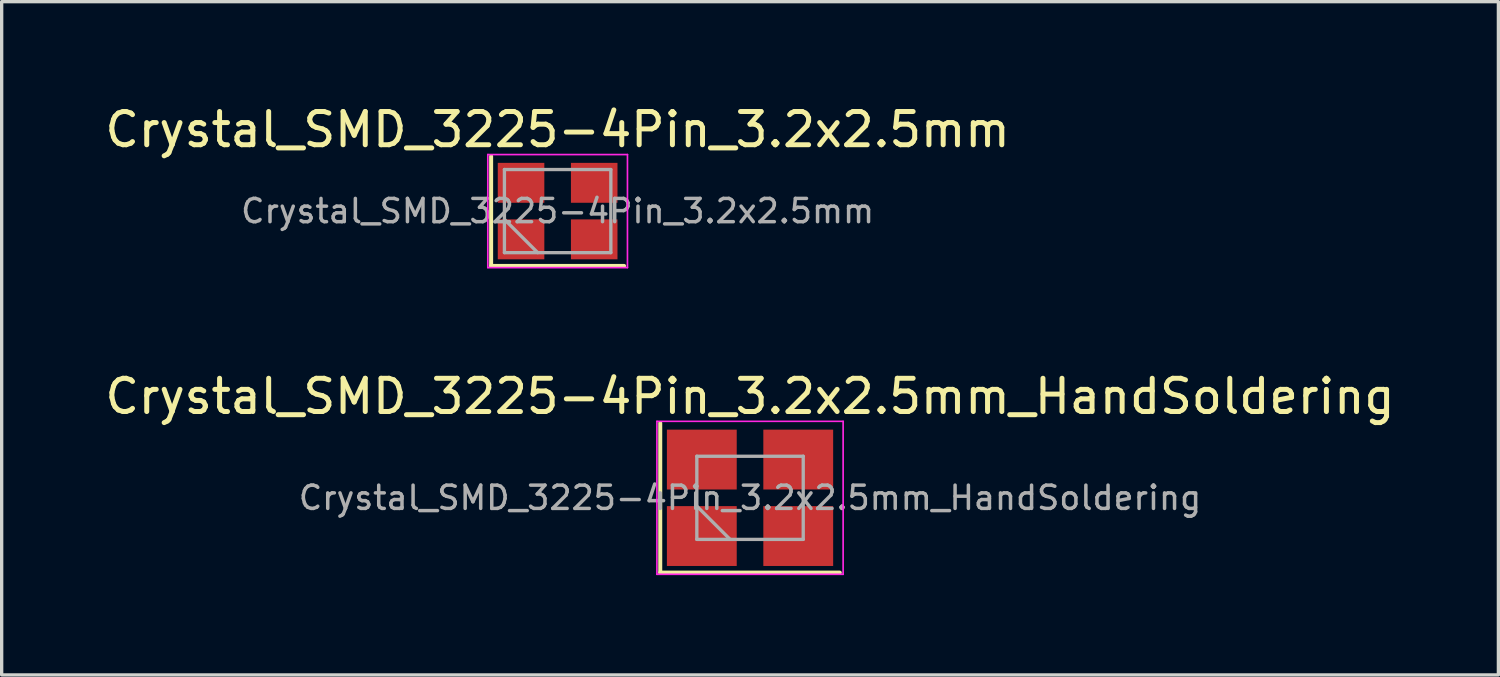
<source format=kicad_pcb>
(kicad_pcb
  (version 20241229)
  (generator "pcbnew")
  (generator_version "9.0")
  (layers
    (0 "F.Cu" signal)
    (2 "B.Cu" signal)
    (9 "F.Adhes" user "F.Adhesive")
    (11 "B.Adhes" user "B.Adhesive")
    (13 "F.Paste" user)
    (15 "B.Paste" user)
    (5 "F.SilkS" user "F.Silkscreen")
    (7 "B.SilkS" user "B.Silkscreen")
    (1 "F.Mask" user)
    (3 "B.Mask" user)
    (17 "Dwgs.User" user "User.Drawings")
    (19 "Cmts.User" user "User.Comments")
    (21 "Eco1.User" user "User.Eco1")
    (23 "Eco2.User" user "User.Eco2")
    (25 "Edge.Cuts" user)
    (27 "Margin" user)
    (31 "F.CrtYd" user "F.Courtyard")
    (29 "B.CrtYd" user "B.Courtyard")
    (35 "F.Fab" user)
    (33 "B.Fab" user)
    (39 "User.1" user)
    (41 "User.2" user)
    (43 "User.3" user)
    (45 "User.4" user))
  (footprint "Crystal_SMD_3225-4Pin_3.2x2.5mm_HandSoldering"
    (layer "F.Cu")
    (at 19.506 11.921)
    (property "Reference" "Crystal_SMD_3225-4Pin_3.2x2.5mm_HandSoldering" (at 0 -3.05 0) (layer "F.SilkS") (effects (font (size 1 1) (thickness 0.15))))
    (attr smd)
    (fp_line (start -2.7 -2.25) (end -2.7 2.25) (stroke (width 0.12) (type solid)) (layer "F.SilkS"))
    (fp_line (start -2.7 2.25) (end 2.7 2.25) (stroke (width 0.12) (type solid)) (layer "F.SilkS"))
    (fp_line (start -2.8 -2.3) (end -2.8 2.3) (stroke (width 0.05) (type solid)) (layer "F.CrtYd"))
    (fp_line (start -2.8 2.3) (end 2.8 2.3) (stroke (width 0.05) (type solid)) (layer "F.CrtYd"))
    (fp_line (start 2.8 -2.3) (end -2.8 -2.3) (stroke (width 0.05) (type solid)) (layer "F.CrtYd"))
    (fp_line (start 2.8 2.3) (end 2.8 -2.3) (stroke (width 0.05) (type solid)) (layer "F.CrtYd"))
    (fp_line (start -1.6 -1.25) (end -1.6 1.25) (stroke (width 0.1) (type solid)) (layer "F.Fab"))
    (fp_line (start -1.6 0.25) (end -0.6 1.25) (stroke (width 0.1) (type solid)) (layer "F.Fab"))
    (fp_line (start -1.6 1.25) (end 1.6 1.25) (stroke (width 0.1) (type solid)) (layer "F.Fab"))
    (fp_line (start 1.6 -1.25) (end -1.6 -1.25) (stroke (width 0.1) (type solid)) (layer "F.Fab"))
    (fp_line (start 1.6 1.25) (end 1.6 -1.25) (stroke (width 0.1) (type solid)) (layer "F.Fab"))
    (fp_text user "${REFERENCE}" (at 0 0 0) (layer "F.Fab") (effects (font (size 0.7 0.7) (thickness 0.105))))
    (pad "1" smd rect (at -1.45 1.15) (size 2.1 1.8) (layers "F.Cu" "F.Mask" "F.Paste"))
    (pad "2" smd rect (at 1.45 1.15) (size 2.1 1.8) (layers "F.Cu" "F.Mask" "F.Paste"))
    (pad "3" smd rect (at 1.45 -1.15) (size 2.1 1.8) (layers "F.Cu" "F.Mask" "F.Paste"))
    (pad "4" smd rect (at -1.45 -1.15) (size 2.1 1.8) (layers "F.Cu" "F.Mask" "F.Paste")))
  (footprint "Crystal_SMD_3225-4Pin_3.2x2.5mm"
    (layer "F.Cu")
    (at 13.72 3.298)
    (property "Reference" "Crystal_SMD_3225-4Pin_3.2x2.5mm" (at 0 -2.45 0) (layer "F.SilkS") (effects (font (size 1 1) (thickness 0.15))))
    (attr smd)
    (fp_line (start -2 -1.65) (end -2 1.65) (stroke (width 0.12) (type solid)) (layer "F.SilkS"))
    (fp_line (start -2 1.65) (end 2 1.65) (stroke (width 0.12) (type solid)) (layer "F.SilkS"))
    (fp_line (start -2.1 -1.7) (end -2.1 1.7) (stroke (width 0.05) (type solid)) (layer "F.CrtYd"))
    (fp_line (start -2.1 1.7) (end 2.1 1.7) (stroke (width 0.05) (type solid)) (layer "F.CrtYd"))
    (fp_line (start 2.1 -1.7) (end -2.1 -1.7) (stroke (width 0.05) (type solid)) (layer "F.CrtYd"))
    (fp_line (start 2.1 1.7) (end 2.1 -1.7) (stroke (width 0.05) (type solid)) (layer "F.CrtYd"))
    (fp_line (start -1.6 -1.25) (end -1.6 1.25) (stroke (width 0.1) (type solid)) (layer "F.Fab"))
    (fp_line (start -1.6 0.25) (end -0.6 1.25) (stroke (width 0.1) (type solid)) (layer "F.Fab"))
    (fp_line (start -1.6 1.25) (end 1.6 1.25) (stroke (width 0.1) (type solid)) (layer "F.Fab"))
    (fp_line (start 1.6 -1.25) (end -1.6 -1.25) (stroke (width 0.1) (type solid)) (layer "F.Fab"))
    (fp_line (start 1.6 1.25) (end 1.6 -1.25) (stroke (width 0.1) (type solid)) (layer "F.Fab"))
    (fp_text user "${REFERENCE}" (at 0 0 0) (layer "F.Fab") (effects (font (size 0.7 0.7) (thickness 0.105))))
    (pad "1" smd rect (at -1.1 0.85) (size 1.4 1.2) (layers "F.Cu" "F.Mask" "F.Paste"))
    (pad "2" smd rect (at 1.1 0.85) (size 1.4 1.2) (layers "F.Cu" "F.Mask" "F.Paste"))
    (pad "3" smd rect (at 1.1 -0.85) (size 1.4 1.2) (layers "F.Cu" "F.Mask" "F.Paste"))
    (pad "4" smd rect (at -1.1 -0.85) (size 1.4 1.2) (layers "F.Cu" "F.Mask" "F.Paste")))
  (gr_rect
    (start -3 -3)
    (end 42.012 17.247)
    (stroke (width 0.1) (type default))
    (fill no)
    (layer "Edge.Cuts")))
</source>
